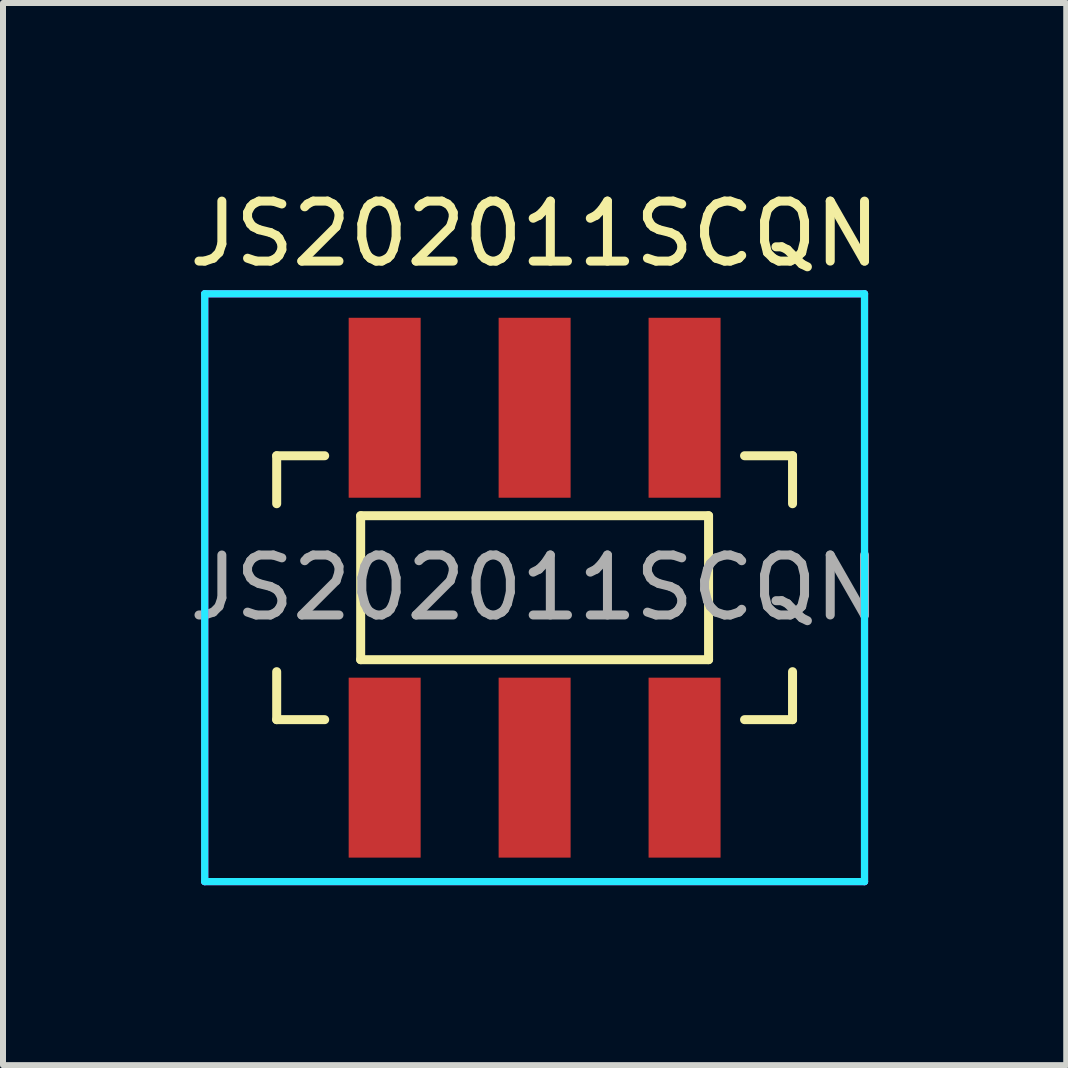
<source format=kicad_pcb>
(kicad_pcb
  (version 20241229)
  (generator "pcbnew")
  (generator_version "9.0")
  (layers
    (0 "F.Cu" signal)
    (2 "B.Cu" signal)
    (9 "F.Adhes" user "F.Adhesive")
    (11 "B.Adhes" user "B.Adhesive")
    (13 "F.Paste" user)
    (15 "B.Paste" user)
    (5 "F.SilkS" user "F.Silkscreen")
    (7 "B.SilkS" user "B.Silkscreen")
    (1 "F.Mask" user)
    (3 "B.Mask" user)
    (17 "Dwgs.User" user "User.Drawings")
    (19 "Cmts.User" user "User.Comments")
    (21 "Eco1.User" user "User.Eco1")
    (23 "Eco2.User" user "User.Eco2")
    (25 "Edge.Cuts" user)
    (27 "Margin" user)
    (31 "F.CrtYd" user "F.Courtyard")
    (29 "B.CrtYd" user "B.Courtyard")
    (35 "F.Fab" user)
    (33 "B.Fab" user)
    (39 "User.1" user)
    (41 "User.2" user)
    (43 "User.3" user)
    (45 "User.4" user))
  (footprint "JS202011SCQN"
    (layer "F.Cu")
    (at 5.863 6.748)
    (property "Reference" "JS202011SCQN" (at 0 -5.9 0) (layer "F.SilkS") (effects (font (size 1 1) (thickness 0.15))))
    (attr through_hole)
    (fp_line (start -4.3 -2.2) (end -4.3 -1.4) (stroke (width 0.15) (type solid)) (layer "F.SilkS"))
    (fp_line (start -4.3 -2.2) (end -3.5 -2.2) (stroke (width 0.15) (type solid)) (layer "F.SilkS"))
    (fp_line (start -4.3 2.2) (end -4.3 1.4) (stroke (width 0.15) (type solid)) (layer "F.SilkS"))
    (fp_line (start -4.3 2.2) (end -3.5 2.2) (stroke (width 0.15) (type solid)) (layer "F.SilkS"))
    (fp_line (start -2.9 -1.2) (end 2.9 -1.2) (stroke (width 0.15) (type solid)) (layer "F.SilkS"))
    (fp_line (start -2.9 1.2) (end -2.9 -1.2) (stroke (width 0.15) (type solid)) (layer "F.SilkS"))
    (fp_line (start 2.9 -1.2) (end 2.9 1.2) (stroke (width 0.15) (type solid)) (layer "F.SilkS"))
    (fp_line (start 2.9 1.2) (end -2.9 1.2) (stroke (width 0.15) (type solid)) (layer "F.SilkS"))
    (fp_line (start 3.5 -2.2) (end 4.3 -2.2) (stroke (width 0.15) (type solid)) (layer "F.SilkS"))
    (fp_line (start 4.3 -2.2) (end 4.3 -1.4) (stroke (width 0.15) (type solid)) (layer "F.SilkS"))
    (fp_line (start 4.3 2.2) (end 3.5 2.2) (stroke (width 0.15) (type solid)) (layer "F.SilkS"))
    (fp_line (start 4.3 2.2) (end 4.3 1.4) (stroke (width 0.15) (type solid)) (layer "F.SilkS"))
    (fp_line (start -5.5 -4.9) (end 5.5 -4.9) (stroke (width 0.12) (type solid)) (layer "B.CrtYd"))
    (fp_line (start -5.5 4.9) (end -5.5 -4.9) (stroke (width 0.12) (type solid)) (layer "B.CrtYd"))
    (fp_line (start 5.5 -4.9) (end 5.5 4.9) (stroke (width 0.12) (type solid)) (layer "B.CrtYd"))
    (fp_line (start 5.5 4.9) (end -5.5 4.9) (stroke (width 0.12) (type solid)) (layer "B.CrtYd"))
    (fp_line (start -5.5 -4.9) (end 5.5 -4.9) (stroke (width 0.12) (type solid)) (layer "F.CrtYd"))
    (fp_line (start -5.5 4.9) (end -5.5 -4.9) (stroke (width 0.12) (type solid)) (layer "F.CrtYd"))
    (fp_line (start 5.5 -4.9) (end 5.5 4.9) (stroke (width 0.12) (type solid)) (layer "F.CrtYd"))
    (fp_line (start 5.5 4.9) (end -5.5 4.9) (stroke (width 0.12) (type solid)) (layer "F.CrtYd"))
    (fp_text user "${REFERENCE}" (at 0 0 0) (layer "F.Fab") (effects (font (size 1 1) (thickness 0.15))))
    (pad "1" smd rect (at -2.5 -3 270) (size 3 1.2) (layers "F.Cu" "F.Mask" "F.Paste"))
    (pad "1" smd rect (at -2.5 3 270) (size 3 1.2) (layers "F.Cu" "F.Mask" "F.Paste"))
    (pad "2" smd rect (at 0 -3 270) (size 3 1.2) (layers "F.Cu" "F.Mask" "F.Paste"))
    (pad "2" smd rect (at 0 3 270) (size 3 1.2) (layers "F.Cu" "F.Mask" "F.Paste"))
    (pad "3" smd rect (at 2.5 -3 270) (size 3 1.2) (layers "F.Cu" "F.Mask" "F.Paste"))
    (pad "3" smd rect (at 2.5 3 270) (size 3 1.2) (layers "F.Cu" "F.Mask" "F.Paste")))
  (gr_rect
    (start -3 -3)
    (end 14.726 14.708)
    (stroke (width 0.1) (type default))
    (fill no)
    (layer "Edge.Cuts")))
</source>
